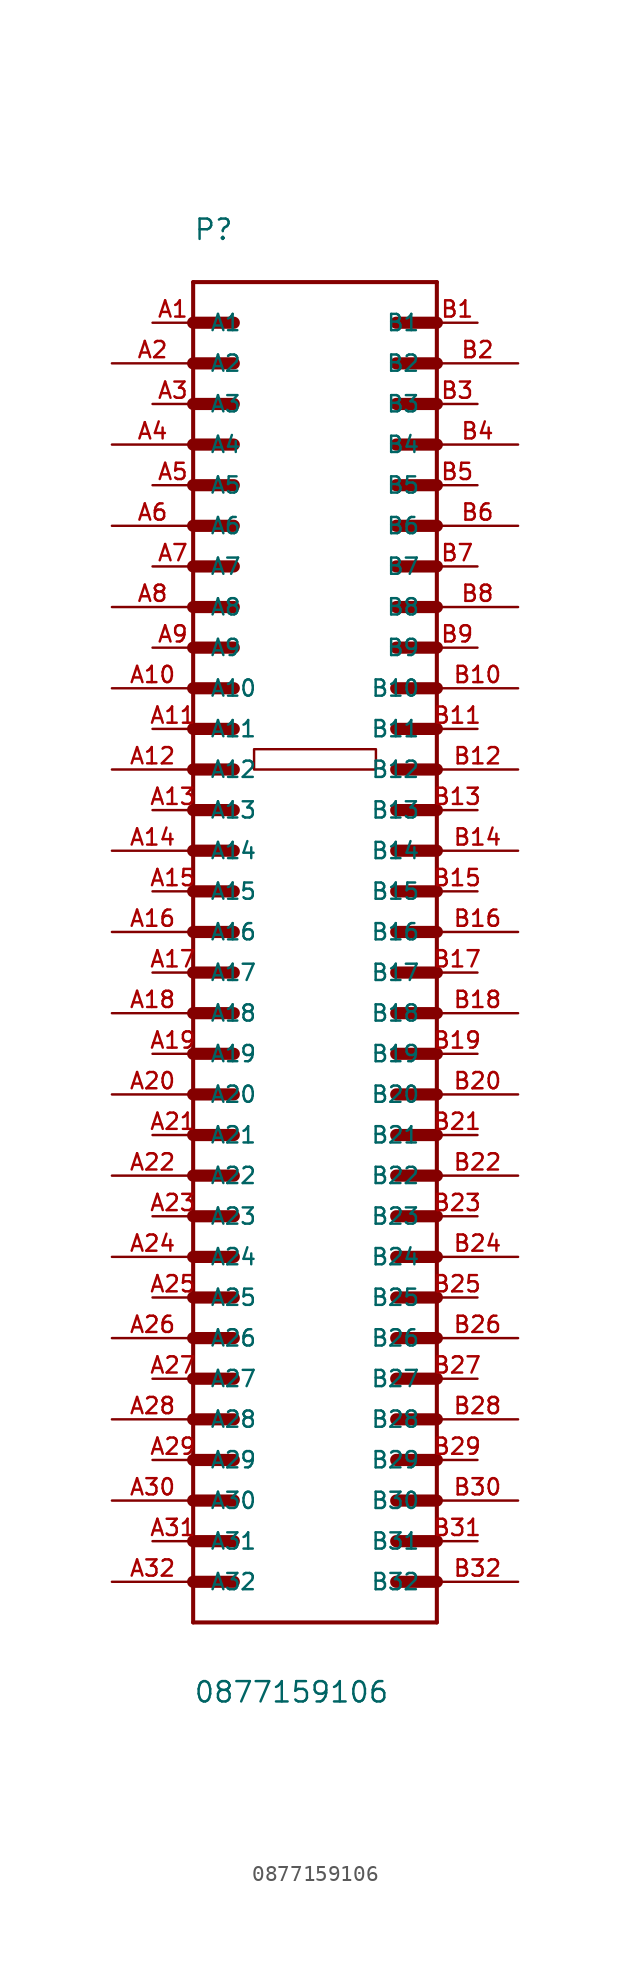
<source format=kicad_sym>
(kicad_symbol_lib
  (version 20241209)
  (generator "kicad_symbol_editor")
  (generator_version "9.0")
  (symbol "0877159106"
    (pin_names
      (offset 1.016))
    (property "Reference" "P"
      (at -7.62 43.18 0)
      (effects (font (size 1.27 1.27)) (justify left bottom)))
    (property "Value" "0877159106"
      (at -7.62 -48.285 0)
      (effects (font (size 1.27 1.27)) (justify left bottom)))
    (symbol "0877159106_0_0"
      (polyline (pts (xy -7.62 40.64) (xy -7.62 38.1)) (stroke (width 0.254) (type solid)) (fill (type none)))
      (polyline (pts (xy -7.62 38.1) (xy -7.62 35.56)) (stroke (width 0.254) (type solid)) (fill (type none)))
      (polyline (pts (xy -7.62 38.1) (xy -5.08 38.1)) (stroke (width 0.762) (type solid)) (fill (type none)))
      (polyline (pts (xy -7.62 35.56) (xy -7.62 33.02)) (stroke (width 0.254) (type solid)) (fill (type none)))
      (polyline (pts (xy -7.62 35.56) (xy -5.08 35.56)) (stroke (width 0.762) (type solid)) (fill (type none)))
      (polyline (pts (xy -7.62 33.02) (xy -7.62 30.48)) (stroke (width 0.254) (type solid)) (fill (type none)))
      (polyline (pts (xy -7.62 33.02) (xy -5.08 33.02)) (stroke (width 0.762) (type solid)) (fill (type none)))
      (polyline (pts (xy -7.62 30.48) (xy -7.62 27.94)) (stroke (width 0.254) (type solid)) (fill (type none)))
      (polyline (pts (xy -7.62 30.48) (xy -5.08 30.48)) (stroke (width 0.762) (type solid)) (fill (type none)))
      (polyline (pts (xy -7.62 27.94) (xy -7.62 -38.1)) (stroke (width 0.254) (type solid)) (fill (type none)))
      (polyline (pts (xy -7.62 27.94) (xy -5.08 27.94)) (stroke (width 0.762) (type solid)) (fill (type none)))
      (polyline (pts (xy -7.62 25.4) (xy -5.08 25.4)) (stroke (width 0.762) (type solid)) (fill (type none)))
      (polyline (pts (xy -7.62 22.86) (xy -5.08 22.86)) (stroke (width 0.762) (type solid)) (fill (type none)))
      (polyline (pts (xy -7.62 20.32) (xy -5.08 20.32)) (stroke (width 0.762) (type solid)) (fill (type none)))
      (polyline (pts (xy -7.62 17.78) (xy -5.08 17.78)) (stroke (width 0.762) (type solid)) (fill (type none)))
      (polyline (pts (xy -7.62 15.24) (xy -5.08 15.24)) (stroke (width 0.762) (type solid)) (fill (type none)))
      (polyline (pts (xy -7.62 12.7) (xy -5.08 12.7)) (stroke (width 0.762) (type solid)) (fill (type none)))
      (polyline (pts (xy -7.62 10.16) (xy -5.08 10.16)) (stroke (width 0.762) (type solid)) (fill (type none)))
      (polyline (pts (xy -7.62 7.62) (xy -5.08 7.62)) (stroke (width 0.762) (type solid)) (fill (type none)))
      (polyline (pts (xy -7.62 5.08) (xy -5.08 5.08)) (stroke (width 0.762) (type solid)) (fill (type none)))
      (polyline (pts (xy -7.62 2.54) (xy -5.08 2.54)) (stroke (width 0.762) (type solid)) (fill (type none)))
      (polyline (pts (xy -7.62 0) (xy -5.08 0)) (stroke (width 0.762) (type solid)) (fill (type none)))
      (polyline (pts (xy -7.62 -2.54) (xy -5.08 -2.54)) (stroke (width 0.762) (type solid)) (fill (type none)))
      (polyline (pts (xy -7.62 -5.08) (xy -5.08 -5.08)) (stroke (width 0.762) (type solid)) (fill (type none)))
      (polyline (pts (xy -7.62 -7.62) (xy -5.08 -7.62)) (stroke (width 0.762) (type solid)) (fill (type none)))
      (polyline (pts (xy -7.62 -10.16) (xy -5.08 -10.16)) (stroke (width 0.762) (type solid)) (fill (type none)))
      (polyline (pts (xy -7.62 -12.7) (xy -5.08 -12.7)) (stroke (width 0.762) (type solid)) (fill (type none)))
      (polyline (pts (xy -7.62 -15.24) (xy -5.08 -15.24)) (stroke (width 0.762) (type solid)) (fill (type none)))
      (polyline (pts (xy -7.62 -17.78) (xy -5.08 -17.78)) (stroke (width 0.762) (type solid)) (fill (type none)))
      (polyline (pts (xy -7.62 -20.32) (xy -5.08 -20.32)) (stroke (width 0.762) (type solid)) (fill (type none)))
      (polyline (pts (xy -7.62 -22.86) (xy -5.08 -22.86)) (stroke (width 0.762) (type solid)) (fill (type none)))
      (polyline (pts (xy -7.62 -25.4) (xy -5.08 -25.4)) (stroke (width 0.762) (type solid)) (fill (type none)))
      (polyline (pts (xy -7.62 -27.94) (xy -5.08 -27.94)) (stroke (width 0.762) (type solid)) (fill (type none)))
      (polyline (pts (xy -7.62 -30.48) (xy -5.08 -30.48)) (stroke (width 0.762) (type solid)) (fill (type none)))
      (polyline (pts (xy -7.62 -33.02) (xy -5.08 -33.02)) (stroke (width 0.762) (type solid)) (fill (type none)))
      (polyline (pts (xy -7.62 -35.56) (xy -5.08 -35.56)) (stroke (width 0.762) (type solid)) (fill (type none)))
      (polyline (pts (xy -7.62 -38.1) (xy -7.62 -40.64)) (stroke (width 0.254) (type solid)) (fill (type none)))
      (polyline (pts (xy -7.62 -38.1) (xy -5.08 -38.1)) (stroke (width 0.762) (type solid)) (fill (type none)))
      (polyline (pts (xy -7.62 -40.64) (xy -7.62 -43.18)) (stroke (width 0.254) (type solid)) (fill (type none)))
      (polyline (pts (xy -7.62 -40.64) (xy -5.08 -40.64)) (stroke (width 0.762) (type solid)) (fill (type none)))
      (polyline (pts (xy -7.62 -43.18) (xy 7.62 -43.18)) (stroke (width 0.254) (type solid)) (fill (type none)))
      (polyline (pts (xy 5.08 38.1) (xy 7.62 38.1)) (stroke (width 0.762) (type solid)) (fill (type none)))
      (polyline (pts (xy 5.08 35.56) (xy 7.62 35.56)) (stroke (width 0.762) (type solid)) (fill (type none)))
      (polyline (pts (xy 5.08 33.02) (xy 7.62 33.02)) (stroke (width 0.762) (type solid)) (fill (type none)))
      (polyline (pts (xy 5.08 30.48) (xy 7.62 30.48)) (stroke (width 0.762) (type solid)) (fill (type none)))
      (polyline (pts (xy 5.08 27.94) (xy 7.62 27.94)) (stroke (width 0.762) (type solid)) (fill (type none)))
      (polyline (pts (xy 5.08 25.4) (xy 7.62 25.4)) (stroke (width 0.762) (type solid)) (fill (type none)))
      (polyline (pts (xy 5.08 22.86) (xy 7.62 22.86)) (stroke (width 0.762) (type solid)) (fill (type none)))
      (polyline (pts (xy 5.08 20.32) (xy 7.62 20.32)) (stroke (width 0.762) (type solid)) (fill (type none)))
      (polyline (pts (xy 5.08 17.78) (xy 7.62 17.78)) (stroke (width 0.762) (type solid)) (fill (type none)))
      (polyline (pts (xy 5.08 15.24) (xy 7.62 15.24)) (stroke (width 0.762) (type solid)) (fill (type none)))
      (polyline (pts (xy 5.08 12.7) (xy 7.62 12.7)) (stroke (width 0.762) (type solid)) (fill (type none)))
      (polyline (pts (xy 5.08 10.16) (xy 7.62 10.16)) (stroke (width 0.762) (type solid)) (fill (type none)))
      (polyline (pts (xy 5.08 7.62) (xy 7.62 7.62)) (stroke (width 0.762) (type solid)) (fill (type none)))
      (polyline (pts (xy 5.08 5.08) (xy 7.62 5.08)) (stroke (width 0.762) (type solid)) (fill (type none)))
      (polyline (pts (xy 5.08 2.54) (xy 7.62 2.54)) (stroke (width 0.762) (type solid)) (fill (type none)))
      (polyline (pts (xy 5.08 0) (xy 7.62 0)) (stroke (width 0.762) (type solid)) (fill (type none)))
      (polyline (pts (xy 5.08 -2.54) (xy 7.62 -2.54)) (stroke (width 0.762) (type solid)) (fill (type none)))
      (polyline (pts (xy 5.08 -5.08) (xy 7.62 -5.08)) (stroke (width 0.762) (type solid)) (fill (type none)))
      (polyline (pts (xy 5.08 -7.62) (xy 7.62 -7.62)) (stroke (width 0.762) (type solid)) (fill (type none)))
      (polyline (pts (xy 5.08 -10.16) (xy 7.62 -10.16)) (stroke (width 0.762) (type solid)) (fill (type none)))
      (polyline (pts (xy 5.08 -12.7) (xy 7.62 -12.7)) (stroke (width 0.762) (type solid)) (fill (type none)))
      (polyline (pts (xy 5.08 -15.24) (xy 7.62 -15.24)) (stroke (width 0.762) (type solid)) (fill (type none)))
      (polyline (pts (xy 5.08 -17.78) (xy 7.62 -17.78)) (stroke (width 0.762) (type solid)) (fill (type none)))
      (polyline (pts (xy 5.08 -20.32) (xy 7.62 -20.32)) (stroke (width 0.762) (type solid)) (fill (type none)))
      (polyline (pts (xy 5.08 -22.86) (xy 7.62 -22.86)) (stroke (width 0.762) (type solid)) (fill (type none)))
      (polyline (pts (xy 5.08 -25.4) (xy 7.62 -25.4)) (stroke (width 0.762) (type solid)) (fill (type none)))
      (polyline (pts (xy 5.08 -27.94) (xy 7.62 -27.94)) (stroke (width 0.762) (type solid)) (fill (type none)))
      (polyline (pts (xy 5.08 -30.48) (xy 7.62 -30.48)) (stroke (width 0.762) (type solid)) (fill (type none)))
      (polyline (pts (xy 5.08 -33.02) (xy 7.62 -33.02)) (stroke (width 0.762) (type solid)) (fill (type none)))
      (polyline (pts (xy 5.08 -35.56) (xy 7.62 -35.56)) (stroke (width 0.762) (type solid)) (fill (type none)))
      (polyline (pts (xy 5.08 -38.1) (xy 7.62 -38.1)) (stroke (width 0.762) (type solid)) (fill (type none)))
      (polyline (pts (xy 5.08 -40.64) (xy 7.62 -40.64)) (stroke (width 0.762) (type solid)) (fill (type none)))
      (polyline (pts (xy 7.62 40.64) (xy -7.62 40.64)) (stroke (width 0.254) (type solid)) (fill (type none)))
      (polyline (pts (xy 7.62 40.64) (xy 7.62 -43.18)) (stroke (width 0.254) (type solid)) (fill (type none)))
      (pin passive line (at -12.7 35.56 0) (length 5.08) (name "A2" (effects (font (size 1.016 1.016)))) (number "A2" (effects (font (size 1.016 1.016)))))
      (pin passive line (at -12.7 30.48 0) (length 5.08) (name "A4" (effects (font (size 1.016 1.016)))) (number "A4" (effects (font (size 1.016 1.016)))))
      (pin passive line (at -12.7 25.4 0) (length 5.08) (name "A6" (effects (font (size 1.016 1.016)))) (number "A6" (effects (font (size 1.016 1.016)))))
      (pin passive line (at -12.7 20.32 0) (length 5.08) (name "A8" (effects (font (size 1.016 1.016)))) (number "A8" (effects (font (size 1.016 1.016)))))
      (pin passive line (at -12.7 15.24 0) (length 5.08) (name "A10" (effects (font (size 1.016 1.016)))) (number "A10" (effects (font (size 1.016 1.016)))))
      (pin passive line (at -12.7 10.16 0) (length 5.08) (name "A12" (effects (font (size 1.016 1.016)))) (number "A12" (effects (font (size 1.016 1.016)))))
      (pin passive line (at -12.7 5.08 0) (length 5.08) (name "A14" (effects (font (size 1.016 1.016)))) (number "A14" (effects (font (size 1.016 1.016)))))
      (pin passive line (at -12.7 0 0) (length 5.08) (name "A16" (effects (font (size 1.016 1.016)))) (number "A16" (effects (font (size 1.016 1.016)))))
      (pin passive line (at -12.7 -5.08 0) (length 5.08) (name "A18" (effects (font (size 1.016 1.016)))) (number "A18" (effects (font (size 1.016 1.016)))))
      (pin passive line (at -12.7 -10.16 0) (length 5.08) (name "A20" (effects (font (size 1.016 1.016)))) (number "A20" (effects (font (size 1.016 1.016)))))
      (pin passive line (at -12.7 -15.24 0) (length 5.08) (name "A22" (effects (font (size 1.016 1.016)))) (number "A22" (effects (font (size 1.016 1.016)))))
      (pin passive line (at -12.7 -20.32 0) (length 5.08) (name "A24" (effects (font (size 1.016 1.016)))) (number "A24" (effects (font (size 1.016 1.016)))))
      (pin passive line (at -12.7 -25.4 0) (length 5.08) (name "A26" (effects (font (size 1.016 1.016)))) (number "A26" (effects (font (size 1.016 1.016)))))
      (pin passive line (at -12.7 -30.48 0) (length 5.08) (name "A28" (effects (font (size 1.016 1.016)))) (number "A28" (effects (font (size 1.016 1.016)))))
      (pin passive line (at -12.7 -35.56 0) (length 5.08) (name "A30" (effects (font (size 1.016 1.016)))) (number "A30" (effects (font (size 1.016 1.016)))))
      (pin passive line (at -12.7 -40.64 0) (length 5.08) (name "A32" (effects (font (size 1.016 1.016)))) (number "A32" (effects (font (size 1.016 1.016)))))
      (pin passive line (at -10.16 38.1 0) (length 2.54) (name "A1" (effects (font (size 1.016 1.016)))) (number "A1" (effects (font (size 1.016 1.016)))))
      (pin passive line (at -10.16 33.02 0) (length 2.54) (name "A3" (effects (font (size 1.016 1.016)))) (number "A3" (effects (font (size 1.016 1.016)))))
      (pin passive line (at -10.16 27.94 0) (length 2.54) (name "A5" (effects (font (size 1.016 1.016)))) (number "A5" (effects (font (size 1.016 1.016)))))
      (pin passive line (at -10.16 22.86 0) (length 2.54) (name "A7" (effects (font (size 1.016 1.016)))) (number "A7" (effects (font (size 1.016 1.016)))))
      (pin passive line (at -10.16 17.78 0) (length 2.54) (name "A9" (effects (font (size 1.016 1.016)))) (number "A9" (effects (font (size 1.016 1.016)))))
      (pin passive line (at -10.16 12.7 0) (length 2.54) (name "A11" (effects (font (size 1.016 1.016)))) (number "A11" (effects (font (size 1.016 1.016)))))
      (pin passive line (at -10.16 7.62 0) (length 2.54) (name "A13" (effects (font (size 1.016 1.016)))) (number "A13" (effects (font (size 1.016 1.016)))))
      (pin passive line (at -10.16 2.54 0) (length 2.54) (name "A15" (effects (font (size 1.016 1.016)))) (number "A15" (effects (font (size 1.016 1.016)))))
      (pin passive line (at -10.16 -2.54 0) (length 2.54) (name "A17" (effects (font (size 1.016 1.016)))) (number "A17" (effects (font (size 1.016 1.016)))))
      (pin passive line (at -10.16 -7.62 0) (length 2.54) (name "A19" (effects (font (size 1.016 1.016)))) (number "A19" (effects (font (size 1.016 1.016)))))
      (pin passive line (at -10.16 -12.7 0) (length 2.54) (name "A21" (effects (font (size 1.016 1.016)))) (number "A21" (effects (font (size 1.016 1.016)))))
      (pin passive line (at -10.16 -17.78 0) (length 2.54) (name "A23" (effects (font (size 1.016 1.016)))) (number "A23" (effects (font (size 1.016 1.016)))))
      (pin passive line (at -10.16 -22.86 0) (length 2.54) (name "A25" (effects (font (size 1.016 1.016)))) (number "A25" (effects (font (size 1.016 1.016)))))
      (pin passive line (at -10.16 -27.94 0) (length 2.54) (name "A27" (effects (font (size 1.016 1.016)))) (number "A27" (effects (font (size 1.016 1.016)))))
      (pin passive line (at -10.16 -33.02 0) (length 2.54) (name "A29" (effects (font (size 1.016 1.016)))) (number "A29" (effects (font (size 1.016 1.016)))))
      (pin passive line (at -10.16 -38.1 0) (length 2.54) (name "A31" (effects (font (size 1.016 1.016)))) (number "A31" (effects (font (size 1.016 1.016)))))
      (pin passive line (at 10.16 38.1 180) (length 2.54) (name "B1" (effects (font (size 1.016 1.016)))) (number "B1" (effects (font (size 1.016 1.016)))))
      (pin passive line (at 10.16 33.02 180) (length 2.54) (name "B3" (effects (font (size 1.016 1.016)))) (number "B3" (effects (font (size 1.016 1.016)))))
      (pin passive line (at 10.16 27.94 180) (length 2.54) (name "B5" (effects (font (size 1.016 1.016)))) (number "B5" (effects (font (size 1.016 1.016)))))
      (pin passive line (at 10.16 22.86 180) (length 2.54) (name "B7" (effects (font (size 1.016 1.016)))) (number "B7" (effects (font (size 1.016 1.016)))))
      (pin passive line (at 10.16 17.78 180) (length 2.54) (name "B9" (effects (font (size 1.016 1.016)))) (number "B9" (effects (font (size 1.016 1.016)))))
      (pin passive line (at 10.16 12.7 180) (length 2.54) (name "B11" (effects (font (size 1.016 1.016)))) (number "B11" (effects (font (size 1.016 1.016)))))
      (pin passive line (at 10.16 7.62 180) (length 2.54) (name "B13" (effects (font (size 1.016 1.016)))) (number "B13" (effects (font (size 1.016 1.016)))))
      (pin passive line (at 10.16 2.54 180) (length 2.54) (name "B15" (effects (font (size 1.016 1.016)))) (number "B15" (effects (font (size 1.016 1.016)))))
      (pin passive line (at 10.16 -2.54 180) (length 2.54) (name "B17" (effects (font (size 1.016 1.016)))) (number "B17" (effects (font (size 1.016 1.016)))))
      (pin passive line (at 10.16 -7.62 180) (length 2.54) (name "B19" (effects (font (size 1.016 1.016)))) (number "B19" (effects (font (size 1.016 1.016)))))
      (pin passive line (at 10.16 -12.7 180) (length 2.54) (name "B21" (effects (font (size 1.016 1.016)))) (number "B21" (effects (font (size 1.016 1.016)))))
      (pin passive line (at 10.16 -17.78 180) (length 2.54) (name "B23" (effects (font (size 1.016 1.016)))) (number "B23" (effects (font (size 1.016 1.016)))))
      (pin passive line (at 10.16 -22.86 180) (length 2.54) (name "B25" (effects (font (size 1.016 1.016)))) (number "B25" (effects (font (size 1.016 1.016)))))
      (pin passive line (at 10.16 -27.94 180) (length 2.54) (name "B27" (effects (font (size 1.016 1.016)))) (number "B27" (effects (font (size 1.016 1.016)))))
      (pin passive line (at 10.16 -33.02 180) (length 2.54) (name "B29" (effects (font (size 1.016 1.016)))) (number "B29" (effects (font (size 1.016 1.016)))))
      (pin passive line (at 10.16 -38.1 180) (length 2.54) (name "B31" (effects (font (size 1.016 1.016)))) (number "B31" (effects (font (size 1.016 1.016)))))
      (pin passive line (at 12.7 35.56 180) (length 5.08) (name "B2" (effects (font (size 1.016 1.016)))) (number "B2" (effects (font (size 1.016 1.016)))))
      (pin passive line (at 12.7 30.48 180) (length 5.08) (name "B4" (effects (font (size 1.016 1.016)))) (number "B4" (effects (font (size 1.016 1.016)))))
      (pin passive line (at 12.7 25.4 180) (length 5.08) (name "B6" (effects (font (size 1.016 1.016)))) (number "B6" (effects (font (size 1.016 1.016)))))
      (pin passive line (at 12.7 20.32 180) (length 5.08) (name "B8" (effects (font (size 1.016 1.016)))) (number "B8" (effects (font (size 1.016 1.016)))))
      (pin passive line (at 12.7 15.24 180) (length 5.08) (name "B10" (effects (font (size 1.016 1.016)))) (number "B10" (effects (font (size 1.016 1.016)))))
      (pin passive line (at 12.7 10.16 180) (length 5.08) (name "B12" (effects (font (size 1.016 1.016)))) (number "B12" (effects (font (size 1.016 1.016)))))
      (pin passive line (at 12.7 5.08 180) (length 5.08) (name "B14" (effects (font (size 1.016 1.016)))) (number "B14" (effects (font (size 1.016 1.016)))))
      (pin passive line (at 12.7 0 180) (length 5.08) (name "B16" (effects (font (size 1.016 1.016)))) (number "B16" (effects (font (size 1.016 1.016)))))
      (pin passive line (at 12.7 -5.08 180) (length 5.08) (name "B18" (effects (font (size 1.016 1.016)))) (number "B18" (effects (font (size 1.016 1.016)))))
      (pin passive line (at 12.7 -10.16 180) (length 5.08) (name "B20" (effects (font (size 1.016 1.016)))) (number "B20" (effects (font (size 1.016 1.016)))))
      (pin passive line (at 12.7 -15.24 180) (length 5.08) (name "B22" (effects (font (size 1.016 1.016)))) (number "B22" (effects (font (size 1.016 1.016)))))
      (pin passive line (at 12.7 -20.32 180) (length 5.08) (name "B24" (effects (font (size 1.016 1.016)))) (number "B24" (effects (font (size 1.016 1.016)))))
      (pin passive line (at 12.7 -25.4 180) (length 5.08) (name "B26" (effects (font (size 1.016 1.016)))) (number "B26" (effects (font (size 1.016 1.016)))))
      (pin passive line (at 12.7 -30.48 180) (length 5.08) (name "B28" (effects (font (size 1.016 1.016)))) (number "B28" (effects (font (size 1.016 1.016)))))
      (pin passive line (at 12.7 -35.56 180) (length 5.08) (name "B30" (effects (font (size 1.016 1.016)))) (number "B30" (effects (font (size 1.016 1.016)))))
      (pin passive line (at 12.7 -40.64 180) (length 5.08) (name "B32" (effects (font (size 1.016 1.016)))) (number "B32" (effects (font (size 1.016 1.016))))))
    (symbol "0877159106_0_1"
      (polyline (pts (xy -3.81 11.43) (xy 3.81 11.43) (xy 3.81 10.16) (xy -3.81 10.16) (xy -3.81 11.43)) (stroke (width 0) (type solid)) (fill (type none))))))
</source>
